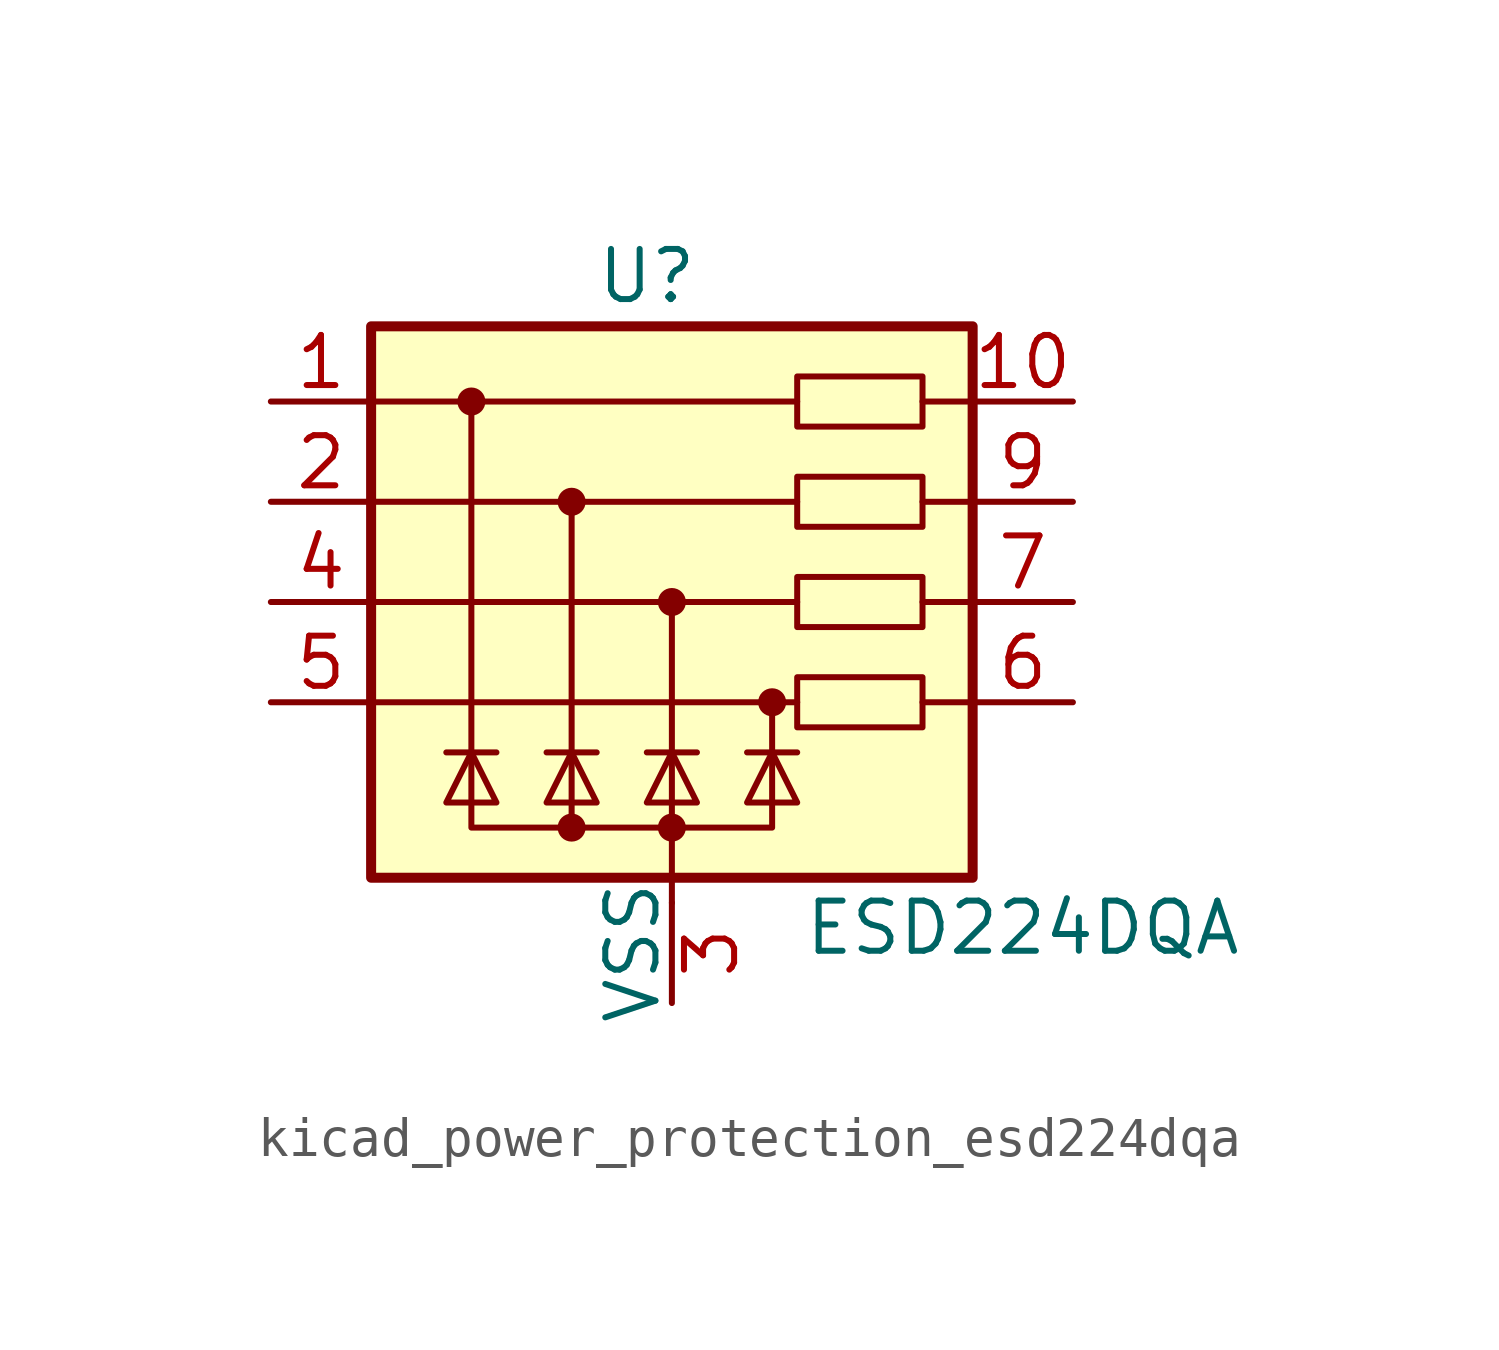
<source format=kicad_sym>
(kicad_symbol_lib
  (version 20220914)
  (generator kicad_symbol_editor)
  (symbol "kicad_power_protection_esd224dqa"
    (pin_names
      (offset 0))
    (property "Reference" "U"
      (at -0.635 8.255 0)
      (effects (font (size 1.27 1.27))))
    (property "Value" "ESD224DQA"
      (at 8.89 -8.255 0)
      (effects (font (size 1.27 1.27))))
    (symbol "kicad_power_protection_esd224dqa_0_0"
      (polyline (pts (xy -2.54 -5.715) (xy -2.54 2.54)) (stroke (width 0) (type default)) (fill (type none)))
      (polyline (pts (xy 0 0) (xy 0 -6.985)) (stroke (width 0) (type default)) (fill (type none))))
    (symbol "kicad_power_protection_esd224dqa_0_1"
      (rectangle (start -7.62 6.985) (end 7.62 -6.985) (stroke (width 0.254) (type default)) (fill (type background)))
      (circle (center -5.08 5.08) (radius 0.279) (stroke (width 0) (type default)) (fill (type outline)))
      (circle (center -2.54 -5.715) (radius 0.279) (stroke (width 0) (type default)) (fill (type outline)))
      (circle (center -2.54 2.54) (radius 0.279) (stroke (width 0) (type default)) (fill (type outline)))
      (circle (center 0 -5.715) (radius 0.279) (stroke (width 0) (type default)) (fill (type outline)))
      (polyline (pts (xy -7.62 -2.54) (xy 3.175 -2.54)) (stroke (width 0) (type default)) (fill (type none)))
      (polyline (pts (xy -7.62 0) (xy 1.27 0)) (stroke (width 0) (type default)) (fill (type none)))
      (polyline (pts (xy -7.62 2.54) (xy -5.08 2.54)) (stroke (width 0) (type default)) (fill (type none)))
      (polyline (pts (xy -7.62 5.08) (xy -7.62 5.08)) (stroke (width 0) (type default)) (fill (type none)))
      (polyline (pts (xy -4.445 -3.81) (xy -5.715 -3.81)) (stroke (width 0) (type default)) (fill (type none)))
      (polyline (pts (xy -1.905 -3.81) (xy -3.175 -3.81)) (stroke (width 0) (type default)) (fill (type none)))
      (polyline (pts (xy 0 -6.985) (xy 0 -7.62)) (stroke (width 0) (type default)) (fill (type none)))
      (polyline (pts (xy 0.635 -3.81) (xy -0.635 -3.81)) (stroke (width 0) (type default)) (fill (type none)))
      (polyline (pts (xy 3.175 -3.81) (xy 1.905 -3.81)) (stroke (width 0) (type default)) (fill (type none)))
      (polyline (pts (xy 3.175 0) (xy 1.27 0)) (stroke (width 0.152) (type default)) (fill (type none)))
      (polyline (pts (xy 3.175 5.08) (xy -7.62 5.08)) (stroke (width 0.152) (type default)) (fill (type none)))
      (polyline (pts (xy 7.62 -2.54) (xy 6.35 -2.54)) (stroke (width 0.152) (type default)) (fill (type none)))
      (polyline (pts (xy 7.62 0) (xy 6.35 0)) (stroke (width 0.152) (type default)) (fill (type none)))
      (polyline (pts (xy 7.62 2.54) (xy 6.35 2.54)) (stroke (width 0.152) (type default)) (fill (type none)))
      (polyline (pts (xy 7.62 5.08) (xy 6.35 5.08)) (stroke (width 0.152) (type default)) (fill (type none)))
      (polyline (pts (xy -5.08 5.08) (xy -5.08 -5.715) (xy 2.54 -5.715) (xy 2.54 -2.54)) (stroke (width 0.152) (type default)) (fill (type none)))
      (polyline (pts (xy -4.445 -5.08) (xy -5.715 -5.08) (xy -5.08 -3.81) (xy -4.445 -5.08)) (stroke (width 0) (type default)) (fill (type none)))
      (polyline (pts (xy -1.905 -5.08) (xy -3.175 -5.08) (xy -2.54 -3.81) (xy -1.905 -5.08)) (stroke (width 0) (type default)) (fill (type none)))
      (polyline (pts (xy 0.635 -5.08) (xy -0.635 -5.08) (xy 0 -3.81) (xy 0.635 -5.08)) (stroke (width 0) (type default)) (fill (type none)))
      (polyline (pts (xy 3.175 -5.08) (xy 1.905 -5.08) (xy 2.54 -3.81) (xy 3.175 -5.08)) (stroke (width 0) (type default)) (fill (type none)))
      (polyline (pts (xy 3.175 2.54) (xy 0 2.54) (xy 0 2.54) (xy -3.81 2.54) (xy -3.81 2.54) (xy -5.08 2.54)) (stroke (width 0.152) (type default)) (fill (type none)))
      (circle (center 0 0) (radius 0.279) (stroke (width 0) (type default)) (fill (type outline)))
      (circle (center 2.54 -2.54) (radius 0.279) (stroke (width 0) (type default)) (fill (type outline)))
      (rectangle (start 3.175 -1.905) (end 6.35 -3.175) (stroke (width 0.152) (type default)) (fill (type none)))
      (rectangle (start 3.175 0.635) (end 6.35 -0.635) (stroke (width 0.152) (type default)) (fill (type none)))
      (rectangle (start 3.175 3.175) (end 6.35 1.905) (stroke (width 0.152) (type default)) (fill (type none)))
      (rectangle (start 3.175 5.715) (end 6.35 4.445) (stroke (width 0.152) (type default)) (fill (type none))))
    (symbol "kicad_power_protection_esd224dqa_1_1"
      (pin passive line (at -10.16 5.08 0) (length 2.54) (name "~" (effects (font (size 1.27 1.27)))) (number "1" (effects (font (size 1.27 1.27)))))
      (pin passive line (at 10.16 5.08 180) (length 2.54) (name "~" (effects (font (size 1.27 1.27)))) (number "10" (effects (font (size 1.27 1.27)))))
      (pin passive line (at -10.16 2.54 0) (length 2.54) (name "~" (effects (font (size 1.27 1.27)))) (number "2" (effects (font (size 1.27 1.27)))))
      (pin power_in line (at 0 -10.16 90) (length 2.54) (name "VSS" (effects (font (size 1.27 1.27)))) (number "3" (effects (font (size 1.27 1.27)))))
      (pin passive line (at -10.16 0 0) (length 2.54) (name "~" (effects (font (size 1.27 1.27)))) (number "4" (effects (font (size 1.27 1.27)))))
      (pin passive line (at -10.16 -2.54 0) (length 2.54) (name "~" (effects (font (size 1.27 1.27)))) (number "5" (effects (font (size 1.27 1.27)))))
      (pin passive line (at 10.16 -2.54 180) (length 2.54) (name "~" (effects (font (size 1.27 1.27)))) (number "6" (effects (font (size 1.27 1.27)))))
      (pin passive line (at 10.16 0 180) (length 2.54) (name "~" (effects (font (size 1.27 1.27)))) (number "7" (effects (font (size 1.27 1.27)))))
      (pin passive line (at 0 -10.16 90) (length 2.54) hide (name "VSS" (effects (font (size 1.27 1.27)))) (number "8" (effects (font (size 1.27 1.27)))))
      (pin passive line (at 10.16 2.54 180) (length 2.54) (name "~" (effects (font (size 1.27 1.27)))) (number "9" (effects (font (size 1.27 1.27))))))))
</source>
